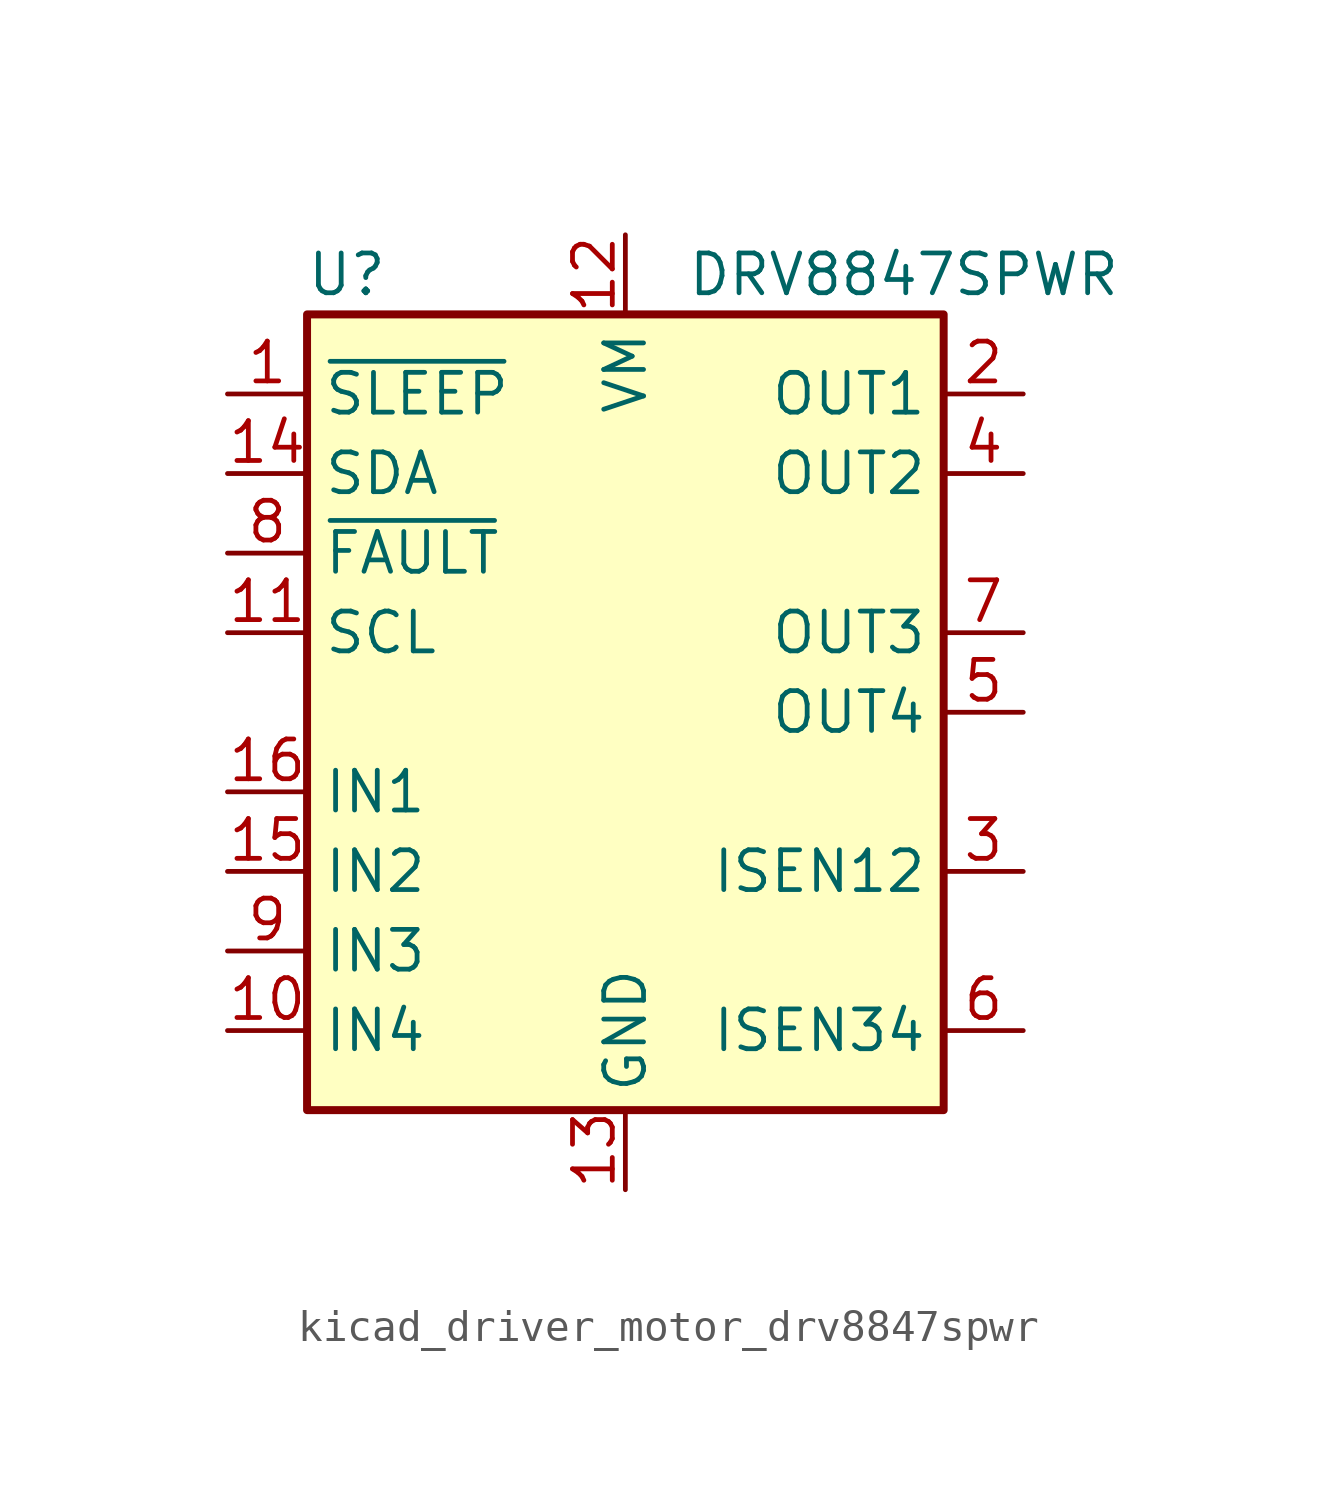
<source format=kicad_sym>
(kicad_symbol_lib
  (version 20220914)
  (generator kicad_symbol_editor)
  (symbol "kicad_driver_motor_drv8847spwr"
    (property "Reference" "U"
      (at -8.89 13.97 0)
      (effects (font (size 1.27 1.27))))
    (property "Value" "DRV8847SPWR"
      (at 8.89 13.97 0)
      (effects (font (size 1.27 1.27))))
    (symbol "kicad_driver_motor_drv8847spwr_0_1"
      (rectangle (start -10.16 -12.7) (end 10.16 12.7) (stroke (width 0.254) (type default)) (fill (type background))))
    (symbol "kicad_driver_motor_drv8847spwr_1_1"
      (pin input line (at -12.7 10.16 0) (length 2.54) (name "~{SLEEP}" (effects (font (size 1.27 1.27)))) (number "1" (effects (font (size 1.27 1.27)))))
      (pin input line (at -12.7 -10.16 0) (length 2.54) (name "IN4" (effects (font (size 1.27 1.27)))) (number "10" (effects (font (size 1.27 1.27)))))
      (pin input line (at -12.7 2.54 0) (length 2.54) (name "SCL" (effects (font (size 1.27 1.27)))) (number "11" (effects (font (size 1.27 1.27)))))
      (pin power_in line (at 0 15.24 270) (length 2.54) (name "VM" (effects (font (size 1.27 1.27)))) (number "12" (effects (font (size 1.27 1.27)))))
      (pin power_in line (at 0 -15.24 90) (length 2.54) (name "GND" (effects (font (size 1.27 1.27)))) (number "13" (effects (font (size 1.27 1.27)))))
      (pin bidirectional line (at -12.7 7.62 0) (length 2.54) (name "SDA" (effects (font (size 1.27 1.27)))) (number "14" (effects (font (size 1.27 1.27)))))
      (pin input line (at -12.7 -5.08 0) (length 2.54) (name "IN2" (effects (font (size 1.27 1.27)))) (number "15" (effects (font (size 1.27 1.27)))))
      (pin input line (at -12.7 -2.54 0) (length 2.54) (name "IN1" (effects (font (size 1.27 1.27)))) (number "16" (effects (font (size 1.27 1.27)))))
      (pin output line (at 12.7 10.16 180) (length 2.54) (name "OUT1" (effects (font (size 1.27 1.27)))) (number "2" (effects (font (size 1.27 1.27)))))
      (pin passive line (at 12.7 -5.08 180) (length 2.54) (name "ISEN12" (effects (font (size 1.27 1.27)))) (number "3" (effects (font (size 1.27 1.27)))))
      (pin output line (at 12.7 7.62 180) (length 2.54) (name "OUT2" (effects (font (size 1.27 1.27)))) (number "4" (effects (font (size 1.27 1.27)))))
      (pin output line (at 12.7 0 180) (length 2.54) (name "OUT4" (effects (font (size 1.27 1.27)))) (number "5" (effects (font (size 1.27 1.27)))))
      (pin passive line (at 12.7 -10.16 180) (length 2.54) (name "ISEN34" (effects (font (size 1.27 1.27)))) (number "6" (effects (font (size 1.27 1.27)))))
      (pin output line (at 12.7 2.54 180) (length 2.54) (name "OUT3" (effects (font (size 1.27 1.27)))) (number "7" (effects (font (size 1.27 1.27)))))
      (pin open_collector line (at -12.7 5.08 0) (length 2.54) (name "~{FAULT}" (effects (font (size 1.27 1.27)))) (number "8" (effects (font (size 1.27 1.27)))))
      (pin input line (at -12.7 -7.62 0) (length 2.54) (name "IN3" (effects (font (size 1.27 1.27)))) (number "9" (effects (font (size 1.27 1.27))))))))
</source>
